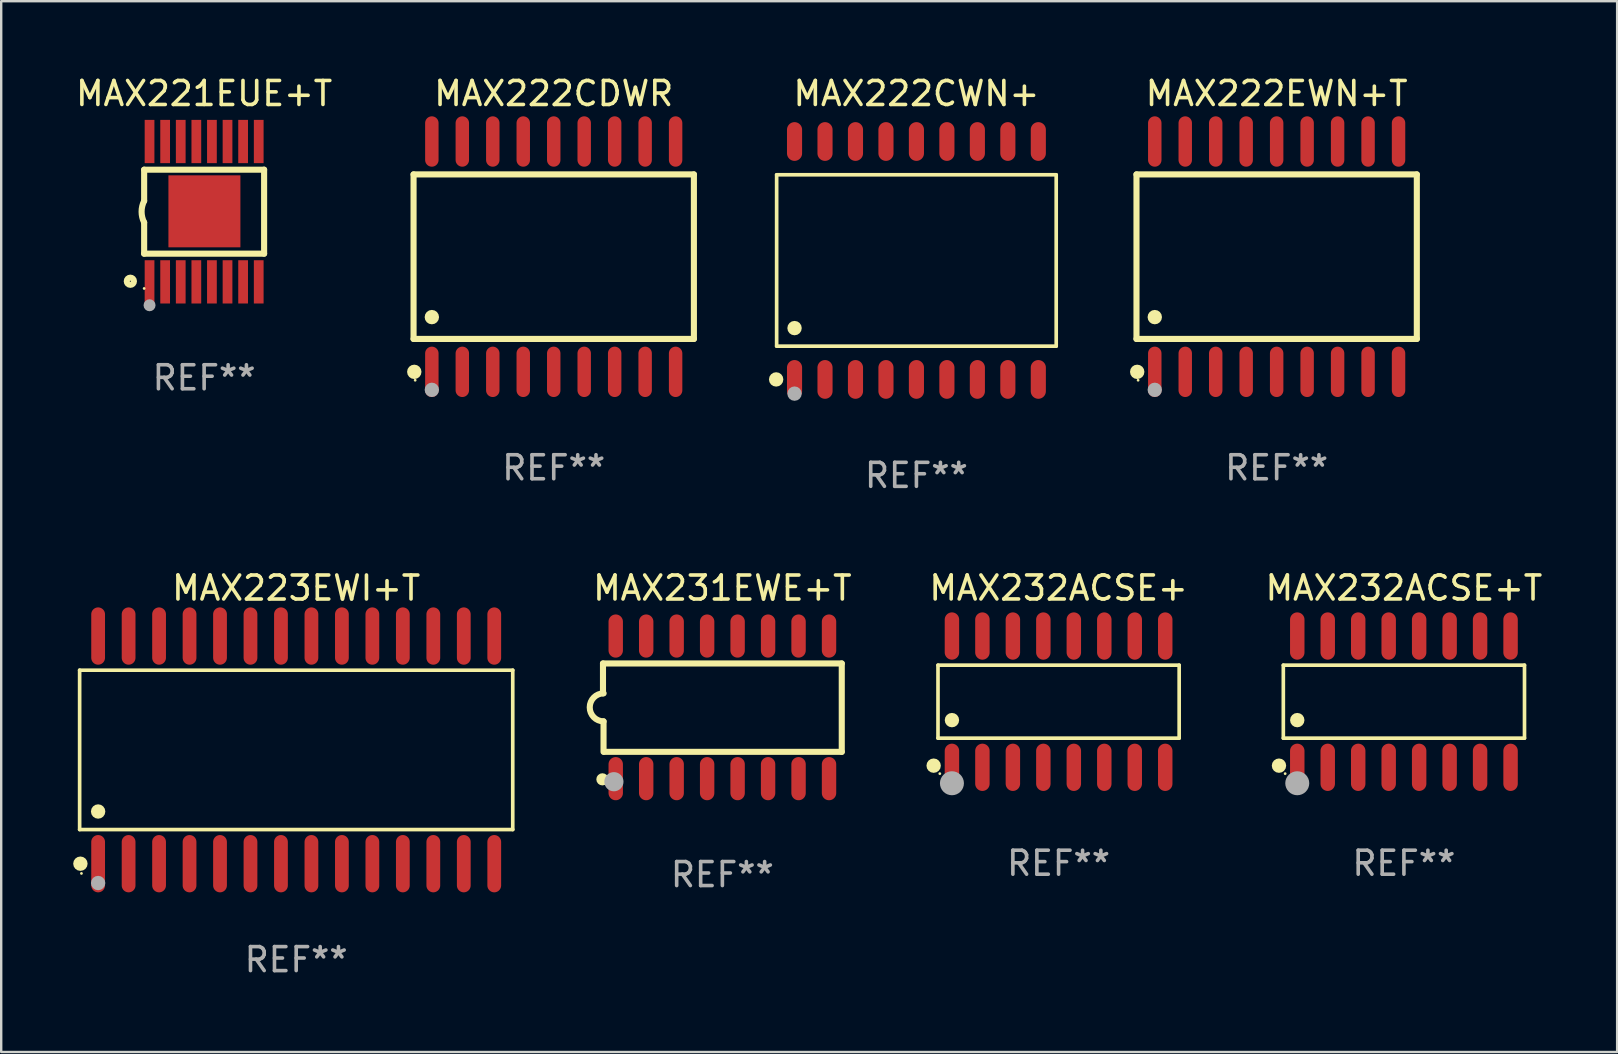
<source format=kicad_pcb>
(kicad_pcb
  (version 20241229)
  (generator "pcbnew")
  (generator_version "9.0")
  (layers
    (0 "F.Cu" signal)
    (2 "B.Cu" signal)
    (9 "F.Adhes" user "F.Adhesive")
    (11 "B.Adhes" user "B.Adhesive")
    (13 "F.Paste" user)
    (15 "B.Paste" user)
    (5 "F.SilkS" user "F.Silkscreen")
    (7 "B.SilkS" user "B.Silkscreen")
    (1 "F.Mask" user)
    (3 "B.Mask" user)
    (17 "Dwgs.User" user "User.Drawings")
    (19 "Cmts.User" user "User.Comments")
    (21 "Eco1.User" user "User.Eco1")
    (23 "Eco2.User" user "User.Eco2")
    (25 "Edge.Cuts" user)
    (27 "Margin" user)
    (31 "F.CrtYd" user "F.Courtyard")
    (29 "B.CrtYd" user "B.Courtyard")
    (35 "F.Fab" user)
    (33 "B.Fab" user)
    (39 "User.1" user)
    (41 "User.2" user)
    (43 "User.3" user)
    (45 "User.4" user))
  (footprint "MAX222CDWR"
    (layer "F.Cu")
    (at 20.029 7.648)
    (property "Reference" "MAX222CDWR" (at 0 -6.8 0) (layer "F.SilkS") (effects (font (size 1 1) (thickness 0.15))))
    (attr through_hole)
    (fp_line (start -5.842 -3.429) (end -5.842 3.429) (stroke (width 0.254) (type solid)) (layer "F.SilkS"))
    (fp_line (start -5.842 3.429) (end 5.842 3.429) (stroke (width 0.254) (type solid)) (layer "F.SilkS"))
    (fp_line (start 5.842 -3.429) (end -5.842 -3.429) (stroke (width 0.254) (type solid)) (layer "F.SilkS"))
    (fp_line (start 5.842 3.429) (end 5.842 -3.429) (stroke (width 0.254) (type solid)) (layer "F.SilkS"))
    (fp_circle (center -5.812 4.8) (end -5.662 4.8) (stroke (width 0.3) (type solid)) (fill no) (layer "F.SilkS"))
    (fp_circle (center -5.775 5.15) (end -5.745 5.15) (stroke (width 0.06) (type solid)) (fill no) (layer "F.SilkS"))
    (fp_circle (center -5.08 2.519) (end -4.93 2.519) (stroke (width 0.3) (type solid)) (fill no) (layer "F.SilkS"))
    (fp_circle (center -5.08 5.55) (end -4.93 5.55) (stroke (width 0.3) (type solid)) (fill no) (layer "F.Fab"))
    (fp_text user "REF**" (at 0 8.8 0) (layer "F.Fab") (effects (font (size 1 1) (thickness 0.15))))
    (pad "1" smd oval (at -5.08 4.8) (size 0.56 2.1) (layers "F.Cu" "F.Mask" "F.Paste"))
    (pad "2" smd oval (at -3.81 4.8) (size 0.56 2.1) (layers "F.Cu" "F.Mask" "F.Paste"))
    (pad "3" smd oval (at -2.54 4.8) (size 0.56 2.1) (layers "F.Cu" "F.Mask" "F.Paste"))
    (pad "4" smd oval (at -1.27 4.8) (size 0.56 2.1) (layers "F.Cu" "F.Mask" "F.Paste"))
    (pad "5" smd oval (at 0 4.8) (size 0.56 2.1) (layers "F.Cu" "F.Mask" "F.Paste"))
    (pad "6" smd oval (at 1.27 4.8) (size 0.56 2.1) (layers "F.Cu" "F.Mask" "F.Paste"))
    (pad "7" smd oval (at 2.54 4.8) (size 0.56 2.1) (layers "F.Cu" "F.Mask" "F.Paste"))
    (pad "8" smd oval (at 3.81 4.8) (size 0.56 2.1) (layers "F.Cu" "F.Mask" "F.Paste"))
    (pad "9" smd oval (at 5.08 4.8) (size 0.56 2.1) (layers "F.Cu" "F.Mask" "F.Paste"))
    (pad "10" smd oval (at 5.08 -4.8) (size 0.56 2.1) (layers "F.Cu" "F.Mask" "F.Paste"))
    (pad "11" smd oval (at 3.81 -4.8) (size 0.56 2.1) (layers "F.Cu" "F.Mask" "F.Paste"))
    (pad "12" smd oval (at 2.54 -4.8) (size 0.56 2.1) (layers "F.Cu" "F.Mask" "F.Paste"))
    (pad "13" smd oval (at 1.27 -4.8) (size 0.56 2.1) (layers "F.Cu" "F.Mask" "F.Paste"))
    (pad "14" smd oval (at 0 -4.8) (size 0.56 2.1) (layers "F.Cu" "F.Mask" "F.Paste"))
    (pad "15" smd oval (at -1.27 -4.8) (size 0.56 2.1) (layers "F.Cu" "F.Mask" "F.Paste"))
    (pad "16" smd oval (at -2.54 -4.8) (size 0.56 2.1) (layers "F.Cu" "F.Mask" "F.Paste"))
    (pad "17" smd oval (at -3.81 -4.8) (size 0.56 2.1) (layers "F.Cu" "F.Mask" "F.Paste"))
    (pad "18" smd oval (at -5.08 -4.8) (size 0.56 2.1) (layers "F.Cu" "F.Mask" "F.Paste")))
  (footprint "MAX222CWN+"
    (layer "F.Cu")
    (at 35.146 7.806)
    (property "Reference" "MAX222CWN+" (at 0 -6.958 0) (layer "F.SilkS") (effects (font (size 1 1) (thickness 0.15))))
    (attr through_hole)
    (fp_line (start -5.826 -3.571) (end 5.826 -3.571) (stroke (width 0.152) (type solid)) (layer "F.SilkS"))
    (fp_line (start -5.826 3.571) (end -5.826 -3.571) (stroke (width 0.152) (type solid)) (layer "F.SilkS"))
    (fp_line (start 5.826 -3.571) (end 5.826 3.571) (stroke (width 0.152) (type solid)) (layer "F.SilkS"))
    (fp_line (start 5.826 3.571) (end -5.826 3.571) (stroke (width 0.152) (type solid)) (layer "F.SilkS"))
    (fp_circle (center -5.847 4.958) (end -5.697 4.958) (stroke (width 0.3) (type solid)) (fill no) (layer "F.SilkS"))
    (fp_circle (center -5.75 5.15) (end -5.72 5.15) (stroke (width 0.06) (type solid)) (fill no) (layer "F.SilkS"))
    (fp_circle (center -5.08 2.819) (end -4.93 2.819) (stroke (width 0.3) (type solid)) (fill no) (layer "F.SilkS"))
    (fp_circle (center -5.08 5.55) (end -4.93 5.55) (stroke (width 0.3) (type solid)) (fill no) (layer "F.Fab"))
    (fp_text user "REF**" (at 0 8.958 0) (layer "F.Fab") (effects (font (size 1 1) (thickness 0.15))))
    (pad "1" smd oval (at -5.08 4.958) (size 0.63 1.615) (layers "F.Cu" "F.Mask" "F.Paste"))
    (pad "2" smd oval (at -3.81 4.958) (size 0.63 1.615) (layers "F.Cu" "F.Mask" "F.Paste"))
    (pad "3" smd oval (at -2.54 4.958) (size 0.63 1.615) (layers "F.Cu" "F.Mask" "F.Paste"))
    (pad "4" smd oval (at -1.27 4.958) (size 0.63 1.615) (layers "F.Cu" "F.Mask" "F.Paste"))
    (pad "5" smd oval (at 0 4.958) (size 0.63 1.615) (layers "F.Cu" "F.Mask" "F.Paste"))
    (pad "6" smd oval (at 1.27 4.958) (size 0.63 1.615) (layers "F.Cu" "F.Mask" "F.Paste"))
    (pad "7" smd oval (at 2.54 4.958) (size 0.63 1.615) (layers "F.Cu" "F.Mask" "F.Paste"))
    (pad "8" smd oval (at 3.81 4.958) (size 0.63 1.615) (layers "F.Cu" "F.Mask" "F.Paste"))
    (pad "9" smd oval (at 5.08 4.958) (size 0.63 1.615) (layers "F.Cu" "F.Mask" "F.Paste"))
    (pad "10" smd oval (at 5.08 -4.958) (size 0.63 1.615) (layers "F.Cu" "F.Mask" "F.Paste"))
    (pad "11" smd oval (at 3.81 -4.958) (size 0.63 1.615) (layers "F.Cu" "F.Mask" "F.Paste"))
    (pad "12" smd oval (at 2.54 -4.958) (size 0.63 1.615) (layers "F.Cu" "F.Mask" "F.Paste"))
    (pad "13" smd oval (at 1.27 -4.958) (size 0.63 1.615) (layers "F.Cu" "F.Mask" "F.Paste"))
    (pad "14" smd oval (at 0 -4.958) (size 0.63 1.615) (layers "F.Cu" "F.Mask" "F.Paste"))
    (pad "15" smd oval (at -1.27 -4.958) (size 0.63 1.615) (layers "F.Cu" "F.Mask" "F.Paste"))
    (pad "16" smd oval (at -2.54 -4.958) (size 0.63 1.615) (layers "F.Cu" "F.Mask" "F.Paste"))
    (pad "17" smd oval (at -3.81 -4.958) (size 0.63 1.615) (layers "F.Cu" "F.Mask" "F.Paste"))
    (pad "18" smd oval (at -5.08 -4.958) (size 0.63 1.615) (layers "F.Cu" "F.Mask" "F.Paste")))
  (footprint "MAX222EWN+T"
    (layer "F.Cu")
    (at 50.16 7.648)
    (property "Reference" "MAX222EWN+T" (at 0 -6.8 0) (layer "F.SilkS") (effects (font (size 1 1) (thickness 0.15))))
    (attr through_hole)
    (fp_line (start -5.842 -3.429) (end -5.842 3.429) (stroke (width 0.254) (type solid)) (layer "F.SilkS"))
    (fp_line (start -5.842 3.429) (end 5.842 3.429) (stroke (width 0.254) (type solid)) (layer "F.SilkS"))
    (fp_line (start 5.842 -3.429) (end -5.842 -3.429) (stroke (width 0.254) (type solid)) (layer "F.SilkS"))
    (fp_line (start 5.842 3.429) (end 5.842 -3.429) (stroke (width 0.254) (type solid)) (layer "F.SilkS"))
    (fp_circle (center -5.812 4.8) (end -5.662 4.8) (stroke (width 0.3) (type solid)) (fill no) (layer "F.SilkS"))
    (fp_circle (center -5.775 5.15) (end -5.745 5.15) (stroke (width 0.06) (type solid)) (fill no) (layer "F.SilkS"))
    (fp_circle (center -5.08 2.519) (end -4.93 2.519) (stroke (width 0.3) (type solid)) (fill no) (layer "F.SilkS"))
    (fp_circle (center -5.08 5.55) (end -4.93 5.55) (stroke (width 0.3) (type solid)) (fill no) (layer "F.Fab"))
    (fp_text user "REF**" (at 0 8.8 0) (layer "F.Fab") (effects (font (size 1 1) (thickness 0.15))))
    (pad "1" smd oval (at -5.08 4.8) (size 0.56 2.1) (layers "F.Cu" "F.Mask" "F.Paste"))
    (pad "2" smd oval (at -3.81 4.8) (size 0.56 2.1) (layers "F.Cu" "F.Mask" "F.Paste"))
    (pad "3" smd oval (at -2.54 4.8) (size 0.56 2.1) (layers "F.Cu" "F.Mask" "F.Paste"))
    (pad "4" smd oval (at -1.27 4.8) (size 0.56 2.1) (layers "F.Cu" "F.Mask" "F.Paste"))
    (pad "5" smd oval (at 0 4.8) (size 0.56 2.1) (layers "F.Cu" "F.Mask" "F.Paste"))
    (pad "6" smd oval (at 1.27 4.8) (size 0.56 2.1) (layers "F.Cu" "F.Mask" "F.Paste"))
    (pad "7" smd oval (at 2.54 4.8) (size 0.56 2.1) (layers "F.Cu" "F.Mask" "F.Paste"))
    (pad "8" smd oval (at 3.81 4.8) (size 0.56 2.1) (layers "F.Cu" "F.Mask" "F.Paste"))
    (pad "9" smd oval (at 5.08 4.8) (size 0.56 2.1) (layers "F.Cu" "F.Mask" "F.Paste"))
    (pad "10" smd oval (at 5.08 -4.8) (size 0.56 2.1) (layers "F.Cu" "F.Mask" "F.Paste"))
    (pad "11" smd oval (at 3.81 -4.8) (size 0.56 2.1) (layers "F.Cu" "F.Mask" "F.Paste"))
    (pad "12" smd oval (at 2.54 -4.8) (size 0.56 2.1) (layers "F.Cu" "F.Mask" "F.Paste"))
    (pad "13" smd oval (at 1.27 -4.8) (size 0.56 2.1) (layers "F.Cu" "F.Mask" "F.Paste"))
    (pad "14" smd oval (at 0 -4.8) (size 0.56 2.1) (layers "F.Cu" "F.Mask" "F.Paste"))
    (pad "15" smd oval (at -1.27 -4.8) (size 0.56 2.1) (layers "F.Cu" "F.Mask" "F.Paste"))
    (pad "16" smd oval (at -2.54 -4.8) (size 0.56 2.1) (layers "F.Cu" "F.Mask" "F.Paste"))
    (pad "17" smd oval (at -3.81 -4.8) (size 0.56 2.1) (layers "F.Cu" "F.Mask" "F.Paste"))
    (pad "18" smd oval (at -5.08 -4.8) (size 0.56 2.1) (layers "F.Cu" "F.Mask" "F.Paste")))
  (footprint "MAX221EUE+T"
    (layer "F.Cu")
    (at 5.458 5.773)
    (property "Reference" "MAX221EUE+T" (at 0 -4.925 0) (layer "F.SilkS") (effects (font (size 1 1) (thickness 0.15))))
    (attr through_hole)
    (fp_line (start -2.5 -1.75) (end -2.5 -0.45) (stroke (width 0.254) (type solid)) (layer "F.SilkS"))
    (fp_line (start -2.5 -1.75) (end 2.5 -1.75) (stroke (width 0.254) (type solid)) (layer "F.SilkS"))
    (fp_line (start -2.5 1.75) (end -2.5 0.45) (stroke (width 0.254) (type solid)) (layer "F.SilkS"))
    (fp_line (start 2.5 -1.75) (end 2.5 1.75) (stroke (width 0.254) (type solid)) (layer "F.SilkS"))
    (fp_line (start 2.5 1.75) (end -2.5 1.75) (stroke (width 0.254) (type solid)) (layer "F.SilkS"))
    (fp_arc (start -2.500254 0.450114) (mid -2.606409 0.000033) (end -2.5 -0.449987) (stroke (width 0.254001) (type solid)) (layer "F.SilkS"))
    (fp_circle (center -3.075 2.899) (end -2.925 2.899) (stroke (width 0.254) (type solid)) (fill no) (layer "F.SilkS"))
    (fp_circle (center -2.5 3.2) (end -2.47 3.2) (stroke (width 0.06) (type solid)) (fill no) (layer "F.SilkS"))
    (fp_circle (center -2.275 3.9) (end -2.15 3.9) (stroke (width 0.25) (type solid)) (fill no) (layer "F.Fab"))
    (fp_text user "REF**" (at 0 6.925 0) (layer "F.Fab") (effects (font (size 1 1) (thickness 0.15))))
    (pad "1" smd rect (at -2.275 2.925 90) (size 1.803 0.406) (layers "F.Cu" "F.Mask" "F.Paste"))
    (pad "2" smd rect (at -1.625 2.925 90) (size 1.803 0.406) (layers "F.Cu" "F.Mask" "F.Paste"))
    (pad "3" smd rect (at -0.975 2.925 90) (size 1.803 0.406) (layers "F.Cu" "F.Mask" "F.Paste"))
    (pad "4" smd rect (at -0.325 2.925 90) (size 1.803 0.406) (layers "F.Cu" "F.Mask" "F.Paste"))
    (pad "5" smd rect (at 0.325 2.925 90) (size 1.803 0.406) (layers "F.Cu" "F.Mask" "F.Paste"))
    (pad "6" smd rect (at 0.975 2.925 90) (size 1.803 0.406) (layers "F.Cu" "F.Mask" "F.Paste"))
    (pad "7" smd rect (at 1.625 2.925 90) (size 1.803 0.406) (layers "F.Cu" "F.Mask" "F.Paste"))
    (pad "8" smd rect (at 2.275 2.925 90) (size 1.803 0.406) (layers "F.Cu" "F.Mask" "F.Paste"))
    (pad "9" smd rect (at 2.275 -2.925 90) (size 1.803 0.406) (layers "F.Cu" "F.Mask" "F.Paste"))
    (pad "10" smd rect (at 1.625 -2.925 90) (size 1.803 0.406) (layers "F.Cu" "F.Mask" "F.Paste"))
    (pad "11" smd rect (at 0.975 -2.925 90) (size 1.803 0.406) (layers "F.Cu" "F.Mask" "F.Paste"))
    (pad "12" smd rect (at 0.325 -2.925 90) (size 1.803 0.406) (layers "F.Cu" "F.Mask" "F.Paste"))
    (pad "13" smd rect (at -0.325 -2.925 90) (size 1.803 0.406) (layers "F.Cu" "F.Mask" "F.Paste"))
    (pad "14" smd rect (at -0.975 -2.925 90) (size 1.803 0.406) (layers "F.Cu" "F.Mask" "F.Paste"))
    (pad "15" smd rect (at -1.625 -2.925 90) (size 1.803 0.406) (layers "F.Cu" "F.Mask" "F.Paste"))
    (pad "16" smd rect (at -2.275 -2.925 90) (size 1.803 0.406) (layers "F.Cu" "F.Mask" "F.Paste"))
    (pad "17" smd rect (at 0.012 -0.015 90) (size 3 3) (layers "F.Cu" "F.Mask" "F.Paste")))
  (footprint "MAX223EWI+T"
    (layer "F.Cu")
    (at 9.295 28.204)
    (property "Reference" "MAX223EWI+T" (at 0 -6.744 0) (layer "F.SilkS") (effects (font (size 1 1) (thickness 0.15))))
    (attr through_hole)
    (fp_line (start -9.026 -3.321) (end 9.026 -3.321) (stroke (width 0.152) (type solid)) (layer "F.SilkS"))
    (fp_line (start -9.026 3.321) (end -9.026 -3.321) (stroke (width 0.152) (type solid)) (layer "F.SilkS"))
    (fp_line (start 9.026 -3.321) (end 9.026 3.321) (stroke (width 0.152) (type solid)) (layer "F.SilkS"))
    (fp_line (start 9.026 3.321) (end -9.026 3.321) (stroke (width 0.152) (type solid)) (layer "F.SilkS"))
    (fp_circle (center -8.994 4.744) (end -8.844 4.744) (stroke (width 0.3) (type solid)) (fill no) (layer "F.SilkS"))
    (fp_circle (center -8.95 5.15) (end -8.92 5.15) (stroke (width 0.06) (type solid)) (fill no) (layer "F.SilkS"))
    (fp_circle (center -8.255 2.569) (end -8.105 2.569) (stroke (width 0.3) (type solid)) (fill no) (layer "F.SilkS"))
    (fp_circle (center -8.255 5.55) (end -8.105 5.55) (stroke (width 0.3) (type solid)) (fill no) (layer "F.Fab"))
    (fp_text user "REF**" (at 0 8.744 0) (layer "F.Fab") (effects (font (size 1 1) (thickness 0.15))))
    (pad "1" smd oval (at -8.255 4.744) (size 0.574 2.388) (layers "F.Cu" "F.Mask" "F.Paste"))
    (pad "2" smd oval (at -6.985 4.744) (size 0.574 2.388) (layers "F.Cu" "F.Mask" "F.Paste"))
    (pad "3" smd oval (at -5.715 4.744) (size 0.574 2.388) (layers "F.Cu" "F.Mask" "F.Paste"))
    (pad "4" smd oval (at -4.445 4.744) (size 0.574 2.388) (layers "F.Cu" "F.Mask" "F.Paste"))
    (pad "5" smd oval (at -3.175 4.744) (size 0.574 2.388) (layers "F.Cu" "F.Mask" "F.Paste"))
    (pad "6" smd oval (at -1.905 4.744) (size 0.574 2.388) (layers "F.Cu" "F.Mask" "F.Paste"))
    (pad "7" smd oval (at -0.635 4.744) (size 0.574 2.388) (layers "F.Cu" "F.Mask" "F.Paste"))
    (pad "8" smd oval (at 0.635 4.744) (size 0.574 2.388) (layers "F.Cu" "F.Mask" "F.Paste"))
    (pad "9" smd oval (at 1.905 4.744) (size 0.574 2.388) (layers "F.Cu" "F.Mask" "F.Paste"))
    (pad "10" smd oval (at 3.175 4.744) (size 0.574 2.388) (layers "F.Cu" "F.Mask" "F.Paste"))
    (pad "11" smd oval (at 4.445 4.744) (size 0.574 2.388) (layers "F.Cu" "F.Mask" "F.Paste"))
    (pad "12" smd oval (at 5.715 4.744) (size 0.574 2.388) (layers "F.Cu" "F.Mask" "F.Paste"))
    (pad "13" smd oval (at 6.985 4.744) (size 0.574 2.388) (layers "F.Cu" "F.Mask" "F.Paste"))
    (pad "14" smd oval (at 8.255 4.744) (size 0.574 2.388) (layers "F.Cu" "F.Mask" "F.Paste"))
    (pad "15" smd oval (at 8.255 -4.744) (size 0.574 2.388) (layers "F.Cu" "F.Mask" "F.Paste"))
    (pad "16" smd oval (at 6.985 -4.744) (size 0.574 2.388) (layers "F.Cu" "F.Mask" "F.Paste"))
    (pad "17" smd oval (at 5.715 -4.744) (size 0.574 2.388) (layers "F.Cu" "F.Mask" "F.Paste"))
    (pad "18" smd oval (at 4.445 -4.744) (size 0.574 2.388) (layers "F.Cu" "F.Mask" "F.Paste"))
    (pad "19" smd oval (at 3.175 -4.744) (size 0.574 2.388) (layers "F.Cu" "F.Mask" "F.Paste"))
    (pad "20" smd oval (at 1.905 -4.744) (size 0.574 2.388) (layers "F.Cu" "F.Mask" "F.Paste"))
    (pad "21" smd oval (at 0.635 -4.744) (size 0.574 2.388) (layers "F.Cu" "F.Mask" "F.Paste"))
    (pad "22" smd oval (at -0.635 -4.744) (size 0.574 2.388) (layers "F.Cu" "F.Mask" "F.Paste"))
    (pad "23" smd oval (at -1.905 -4.744) (size 0.574 2.388) (layers "F.Cu" "F.Mask" "F.Paste"))
    (pad "24" smd oval (at -3.175 -4.744) (size 0.574 2.388) (layers "F.Cu" "F.Mask" "F.Paste"))
    (pad "25" smd oval (at -4.445 -4.744) (size 0.574 2.388) (layers "F.Cu" "F.Mask" "F.Paste"))
    (pad "26" smd oval (at -5.715 -4.744) (size 0.574 2.388) (layers "F.Cu" "F.Mask" "F.Paste"))
    (pad "27" smd oval (at -6.985 -4.744) (size 0.574 2.388) (layers "F.Cu" "F.Mask" "F.Paste"))
    (pad "28" smd oval (at -8.255 -4.744) (size 0.574 2.388) (layers "F.Cu" "F.Mask" "F.Paste")))
  (footprint "MAX231EWE+T"
    (layer "F.Cu")
    (at 27.058 26.432)
    (property "Reference" "MAX231EWE+T" (at 0 -4.972 0) (layer "F.SilkS") (effects (font (size 1 1) (thickness 0.15))))
    (attr through_hole)
    (fp_line (start -4.976 -1.829) (end -4.976 -0.584) (stroke (width 0.254) (type solid)) (layer "F.SilkS"))
    (fp_line (start -4.953 0.584) (end -4.953 1.854) (stroke (width 0.254) (type solid)) (layer "F.SilkS"))
    (fp_line (start -4.928 1.854) (end 4.976 1.854) (stroke (width 0.254) (type solid)) (layer "F.SilkS"))
    (fp_line (start 4.976 -1.829) (end -4.976 -1.829) (stroke (width 0.254) (type solid)) (layer "F.SilkS"))
    (fp_line (start 4.976 1.854) (end 4.976 -1.829) (stroke (width 0.254) (type solid)) (layer "F.SilkS"))
    (fp_arc (start -4.95301 0.584201) (mid -5.533866 -0.00152) (end -4.950088 -0.584329) (stroke (width 0.254001) (type solid)) (layer "F.SilkS"))
    (fp_circle (center -5 3) (end -4.873 3) (stroke (width 0.254) (type solid)) (fill no) (layer "F.SilkS"))
    (fp_circle (center -4.521 3.099) (end -4.321 3.099) (stroke (width 0.4) (type solid)) (fill no) (layer "F.Fab"))
    (fp_text user "REF**" (at 0 6.972 0) (layer "F.Fab") (effects (font (size 1 1) (thickness 0.15))))
    (pad "1" smd oval (at -4.445 2.972 180) (size 0.6 1.8) (layers "F.Cu" "F.Mask" "F.Paste"))
    (pad "2" smd oval (at -3.175 2.972 180) (size 0.6 1.8) (layers "F.Cu" "F.Mask" "F.Paste"))
    (pad "3" smd oval (at -1.905 2.972 180) (size 0.6 1.8) (layers "F.Cu" "F.Mask" "F.Paste"))
    (pad "4" smd oval (at -0.635 2.972 180) (size 0.6 1.8) (layers "F.Cu" "F.Mask" "F.Paste"))
    (pad "5" smd oval (at 0.635 2.972 180) (size 0.6 1.8) (layers "F.Cu" "F.Mask" "F.Paste"))
    (pad "6" smd oval (at 1.905 2.972 180) (size 0.6 1.8) (layers "F.Cu" "F.Mask" "F.Paste"))
    (pad "7" smd oval (at 3.175 2.972 180) (size 0.6 1.8) (layers "F.Cu" "F.Mask" "F.Paste"))
    (pad "8" smd oval (at 4.445 2.972 180) (size 0.6 1.8) (layers "F.Cu" "F.Mask" "F.Paste"))
    (pad "9" smd oval (at 4.445 -2.972 180) (size 0.6 1.8) (layers "F.Cu" "F.Mask" "F.Paste"))
    (pad "10" smd oval (at 3.175 -2.972 180) (size 0.6 1.8) (layers "F.Cu" "F.Mask" "F.Paste"))
    (pad "11" smd oval (at 1.905 -2.972 180) (size 0.6 1.8) (layers "F.Cu" "F.Mask" "F.Paste"))
    (pad "12" smd oval (at 0.635 -2.972 180) (size 0.6 1.8) (layers "F.Cu" "F.Mask" "F.Paste"))
    (pad "13" smd oval (at -0.635 -2.972 180) (size 0.6 1.8) (layers "F.Cu" "F.Mask" "F.Paste"))
    (pad "14" smd oval (at -1.905 -2.972 180) (size 0.6 1.8) (layers "F.Cu" "F.Mask" "F.Paste"))
    (pad "15" smd oval (at -3.175 -2.972 180) (size 0.6 1.8) (layers "F.Cu" "F.Mask" "F.Paste"))
    (pad "16" smd oval (at -4.445 -2.972 180) (size 0.6 1.8) (layers "F.Cu" "F.Mask" "F.Paste")))
  (footprint "MAX232ACSE+T"
    (layer "F.Cu")
    (at 55.464 26.195)
    (property "Reference" "MAX232ACSE+T" (at 0 -4.736 0) (layer "F.SilkS") (effects (font (size 1 1) (thickness 0.15))))
    (attr through_hole)
    (fp_line (start -5.026 -1.521) (end 5.026 -1.521) (stroke (width 0.152) (type solid)) (layer "F.SilkS"))
    (fp_line (start -5.026 1.521) (end -5.026 -1.521) (stroke (width 0.152) (type solid)) (layer "F.SilkS"))
    (fp_line (start 5.026 -1.521) (end 5.026 1.521) (stroke (width 0.152) (type solid)) (layer "F.SilkS"))
    (fp_line (start 5.026 1.521) (end -5.026 1.521) (stroke (width 0.152) (type solid)) (layer "F.SilkS"))
    (fp_circle (center -5.207 2.667) (end -5.057 2.667) (stroke (width 0.3) (type solid)) (fill no) (layer "F.SilkS"))
    (fp_circle (center -4.95 3) (end -4.92 3) (stroke (width 0.06) (type solid)) (fill no) (layer "F.SilkS"))
    (fp_circle (center -4.445 0.769) (end -4.295 0.769) (stroke (width 0.3) (type solid)) (fill no) (layer "F.SilkS"))
    (fp_circle (center -4.445 3.4) (end -4.195 3.4) (stroke (width 0.5) (type solid)) (fill no) (layer "F.Fab"))
    (fp_text user "REF**" (at 0 6.736 0) (layer "F.Fab") (effects (font (size 1 1) (thickness 0.15))))
    (pad "1" smd oval (at -4.445 2.736) (size 0.602 1.971) (layers "F.Cu" "F.Mask" "F.Paste"))
    (pad "2" smd oval (at -3.175 2.736) (size 0.602 1.971) (layers "F.Cu" "F.Mask" "F.Paste"))
    (pad "3" smd oval (at -1.905 2.736) (size 0.602 1.971) (layers "F.Cu" "F.Mask" "F.Paste"))
    (pad "4" smd oval (at -0.635 2.736) (size 0.602 1.971) (layers "F.Cu" "F.Mask" "F.Paste"))
    (pad "5" smd oval (at 0.635 2.736) (size 0.602 1.971) (layers "F.Cu" "F.Mask" "F.Paste"))
    (pad "6" smd oval (at 1.905 2.736) (size 0.602 1.971) (layers "F.Cu" "F.Mask" "F.Paste"))
    (pad "7" smd oval (at 3.175 2.736) (size 0.602 1.971) (layers "F.Cu" "F.Mask" "F.Paste"))
    (pad "8" smd oval (at 4.445 2.736) (size 0.602 1.971) (layers "F.Cu" "F.Mask" "F.Paste"))
    (pad "9" smd oval (at 4.445 -2.736) (size 0.602 1.971) (layers "F.Cu" "F.Mask" "F.Paste"))
    (pad "10" smd oval (at 3.175 -2.736) (size 0.602 1.971) (layers "F.Cu" "F.Mask" "F.Paste"))
    (pad "11" smd oval (at 1.905 -2.736) (size 0.602 1.971) (layers "F.Cu" "F.Mask" "F.Paste"))
    (pad "12" smd oval (at 0.635 -2.736) (size 0.602 1.971) (layers "F.Cu" "F.Mask" "F.Paste"))
    (pad "13" smd oval (at -0.635 -2.736) (size 0.602 1.971) (layers "F.Cu" "F.Mask" "F.Paste"))
    (pad "14" smd oval (at -1.905 -2.736) (size 0.602 1.971) (layers "F.Cu" "F.Mask" "F.Paste"))
    (pad "15" smd oval (at -3.175 -2.736) (size 0.602 1.971) (layers "F.Cu" "F.Mask" "F.Paste"))
    (pad "16" smd oval (at -4.445 -2.736) (size 0.602 1.971) (layers "F.Cu" "F.Mask" "F.Paste")))
  (footprint "MAX232ACSE+"
    (layer "F.Cu")
    (at 41.071 26.195)
    (property "Reference" "MAX232ACSE+" (at 0 -4.736 0) (layer "F.SilkS") (effects (font (size 1 1) (thickness 0.15))))
    (attr through_hole)
    (fp_line (start -5.026 -1.521) (end 5.026 -1.521) (stroke (width 0.152) (type solid)) (layer "F.SilkS"))
    (fp_line (start -5.026 1.521) (end -5.026 -1.521) (stroke (width 0.152) (type solid)) (layer "F.SilkS"))
    (fp_line (start 5.026 -1.521) (end 5.026 1.521) (stroke (width 0.152) (type solid)) (layer "F.SilkS"))
    (fp_line (start 5.026 1.521) (end -5.026 1.521) (stroke (width 0.152) (type solid)) (layer "F.SilkS"))
    (fp_circle (center -5.207 2.667) (end -5.057 2.667) (stroke (width 0.3) (type solid)) (fill no) (layer "F.SilkS"))
    (fp_circle (center -4.95 3) (end -4.92 3) (stroke (width 0.06) (type solid)) (fill no) (layer "F.SilkS"))
    (fp_circle (center -4.445 0.769) (end -4.295 0.769) (stroke (width 0.3) (type solid)) (fill no) (layer "F.SilkS"))
    (fp_circle (center -4.445 3.4) (end -4.195 3.4) (stroke (width 0.5) (type solid)) (fill no) (layer "F.Fab"))
    (fp_text user "REF**" (at 0 6.736 0) (layer "F.Fab") (effects (font (size 1 1) (thickness 0.15))))
    (pad "1" smd oval (at -4.445 2.736) (size 0.602 1.971) (layers "F.Cu" "F.Mask" "F.Paste"))
    (pad "2" smd oval (at -3.175 2.736) (size 0.602 1.971) (layers "F.Cu" "F.Mask" "F.Paste"))
    (pad "3" smd oval (at -1.905 2.736) (size 0.602 1.971) (layers "F.Cu" "F.Mask" "F.Paste"))
    (pad "4" smd oval (at -0.635 2.736) (size 0.602 1.971) (layers "F.Cu" "F.Mask" "F.Paste"))
    (pad "5" smd oval (at 0.635 2.736) (size 0.602 1.971) (layers "F.Cu" "F.Mask" "F.Paste"))
    (pad "6" smd oval (at 1.905 2.736) (size 0.602 1.971) (layers "F.Cu" "F.Mask" "F.Paste"))
    (pad "7" smd oval (at 3.175 2.736) (size 0.602 1.971) (layers "F.Cu" "F.Mask" "F.Paste"))
    (pad "8" smd oval (at 4.445 2.736) (size 0.602 1.971) (layers "F.Cu" "F.Mask" "F.Paste"))
    (pad "9" smd oval (at 4.445 -2.736) (size 0.602 1.971) (layers "F.Cu" "F.Mask" "F.Paste"))
    (pad "10" smd oval (at 3.175 -2.736) (size 0.602 1.971) (layers "F.Cu" "F.Mask" "F.Paste"))
    (pad "11" smd oval (at 1.905 -2.736) (size 0.602 1.971) (layers "F.Cu" "F.Mask" "F.Paste"))
    (pad "12" smd oval (at 0.635 -2.736) (size 0.602 1.971) (layers "F.Cu" "F.Mask" "F.Paste"))
    (pad "13" smd oval (at -0.635 -2.736) (size 0.602 1.971) (layers "F.Cu" "F.Mask" "F.Paste"))
    (pad "14" smd oval (at -1.905 -2.736) (size 0.602 1.971) (layers "F.Cu" "F.Mask" "F.Paste"))
    (pad "15" smd oval (at -3.175 -2.736) (size 0.602 1.971) (layers "F.Cu" "F.Mask" "F.Paste"))
    (pad "16" smd oval (at -4.445 -2.736) (size 0.602 1.971) (layers "F.Cu" "F.Mask" "F.Paste")))
  (gr_rect
    (start -3 -3)
    (end 64.351 40.796)
    (stroke (width 0.1) (type default))
    (fill no)
    (layer "Edge.Cuts")))
</source>
